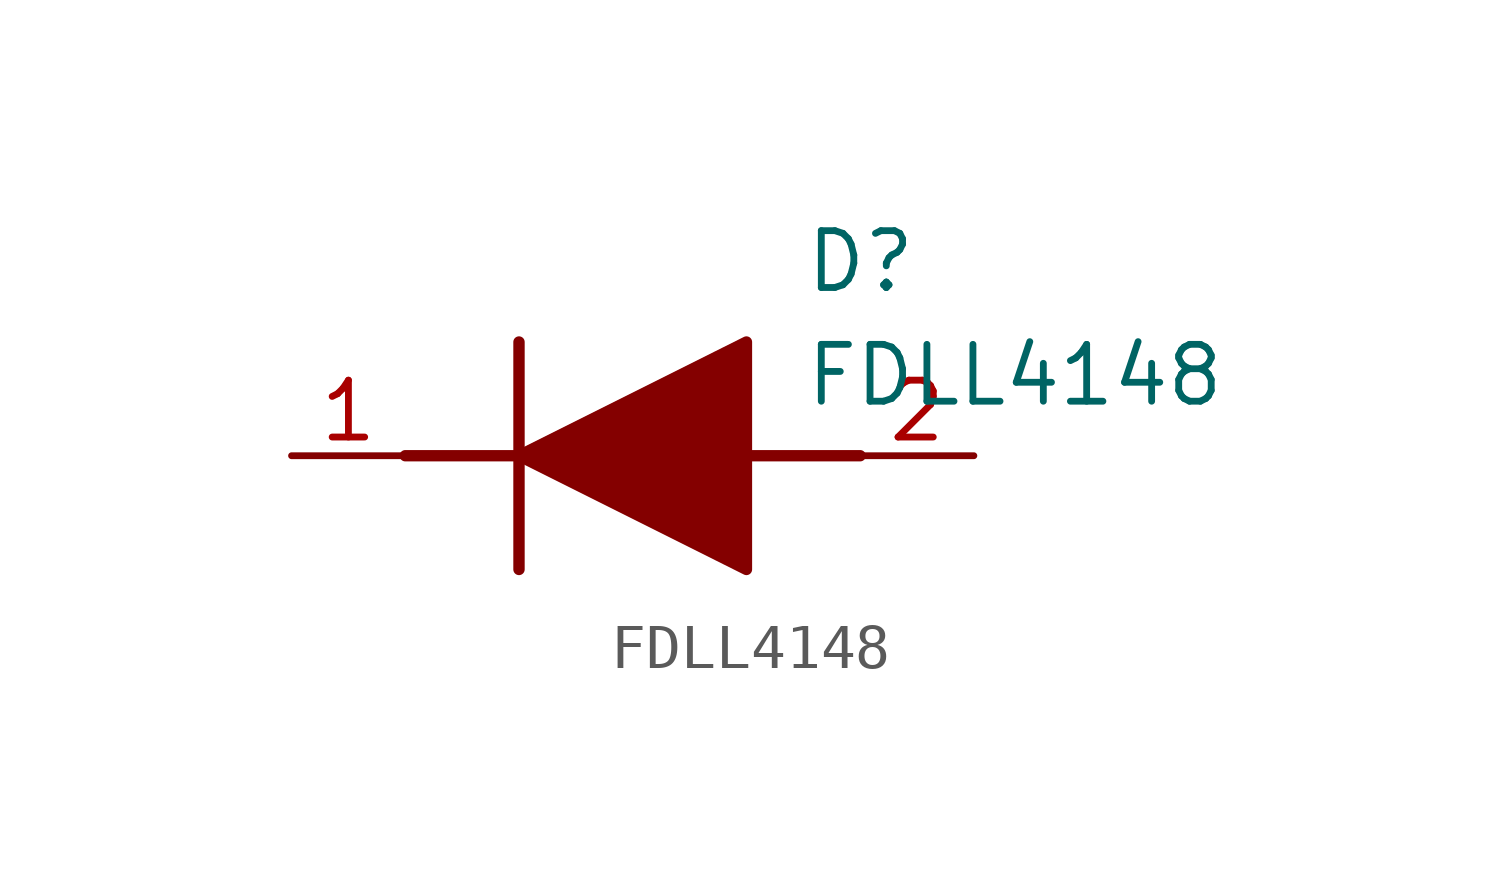
<source format=kicad_sym>
(kicad_symbol_lib
  (version 20211014)
  (generator SamacSys_ECAD_Model)
  (symbol "FDLL4148"
    (pin_names hide)
    (property "Reference" "D"
      (at 11.43 5.08 0)
      (effects (font (size 1.27 1.27)) (justify left top)))
    (property "Value" "FDLL4148"
      (at 11.43 2.54 0)
      (effects (font (size 1.27 1.27)) (justify left top)))
    (polyline
      (pts (xy 5.08 2.54) (xy 5.08 -2.54))
      (stroke (width 0.254) (type default))
      (fill (type none)))
    (polyline
      (pts (xy 2.54 0) (xy 5.08 0))
      (stroke (width 0.254) (type default))
      (fill (type none)))
    (polyline
      (pts (xy 10.16 0) (xy 12.7 0))
      (stroke (width 0.254) (type default))
      (fill (type none)))
    (polyline
      (pts (xy 5.08 0) (xy 10.16 2.54) (xy 10.16 -2.54) (xy 5.08 0))
      (stroke (width 0.254) (type default))
      (fill (type outline)))
    (pin passive line
      (at 0 0 0)
      (length 2.54)
      (name "K" (effects (font (size 1.27 1.27))))
      (number "1" (effects (font (size 1.27 1.27)))))
    (pin passive line
      (at 15.24 0 180)
      (length 2.54)
      (name "A" (effects (font (size 1.27 1.27))))
      (number "2" (effects (font (size 1.27 1.27)))))))
</source>
